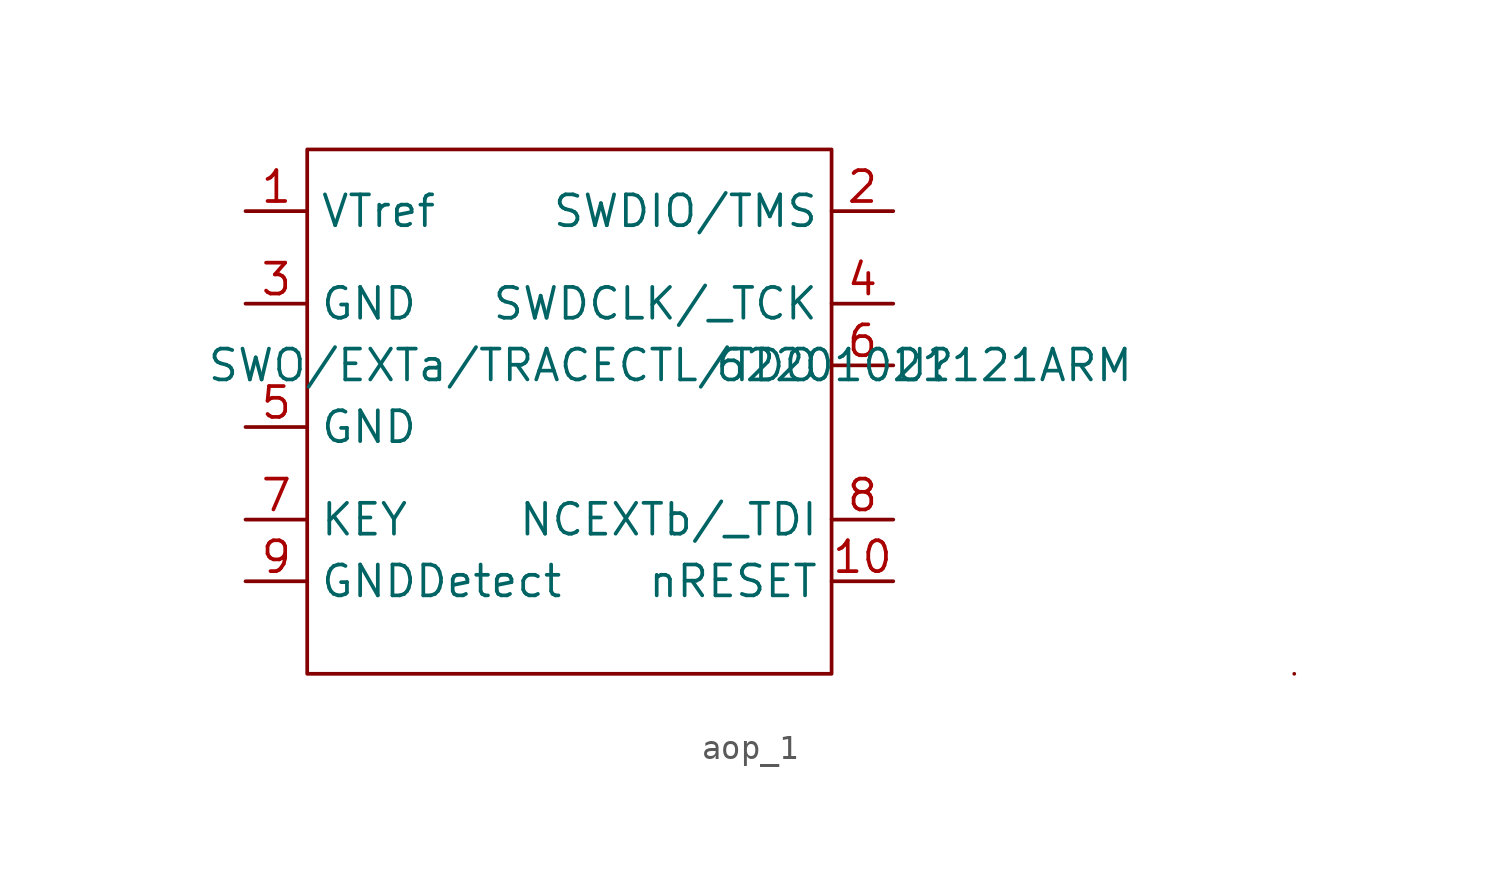
<source format=kicad_sym>
(kicad_symbol_lib
  (version 20220914)
  (generator kicad_symbol_editor)
  (symbol "aop_1"
    (property "Reference" "U"
      (at 13.97 2.54 0)
      (effects (font (size 1.27 1.27))))
    (property "Value" " 62201021121ARM"
      (at 13.97 2.54 0)
      (effects (font (size 1.27 1.27))))
    (symbol "aop_1_0_1"
      (rectangle (start -11.43 11.43) (end 10.16 -10.16) (stroke (width 0) (type default)) (fill (type none)))
      (rectangle (start 29.21 -10.16) (end 29.21 -10.16) (stroke (width 0) (type default)) (fill (type none))))
    (symbol "aop_1_1_1"
      (pin power_in line (at -13.97 8.89 0) (length 2.54) (name "VTref" (effects (font (size 1.27 1.27)))) (number "1" (effects (font (size 1.27 1.27)))))
      (pin input line (at 12.7 -6.35 180) (length 2.54) (name "nRESET" (effects (font (size 1.27 1.27)))) (number "10" (effects (font (size 1.27 1.27)))))
      (pin output line (at 12.7 8.89 180) (length 2.54) (name "SWDIO/TMS" (effects (font (size 1.27 1.27)))) (number "2" (effects (font (size 1.27 1.27)))))
      (pin power_out line (at -13.97 5.08 0) (length 2.54) (name "GND" (effects (font (size 1.27 1.27)))) (number "3" (effects (font (size 1.27 1.27)))))
      (pin output line (at 12.7 5.08 180) (length 2.54) (name "SWDCLK/_TCK" (effects (font (size 1.27 1.27)))) (number "4" (effects (font (size 1.27 1.27)))))
      (pin power_out line (at -13.97 0 0) (length 2.54) (name "GND" (effects (font (size 1.27 1.27)))) (number "5" (effects (font (size 1.27 1.27)))))
      (pin output line (at 12.7 2.54 180) (length 2.54) (name "SWO/EXTa/TRACECTL/TDO" (effects (font (size 1.27 1.27)))) (number "6" (effects (font (size 1.27 1.27)))))
      (pin input line (at -13.97 -3.81 0) (length 2.54) (name "KEY" (effects (font (size 1.27 1.27)))) (number "7" (effects (font (size 1.27 1.27)))))
      (pin output line (at 12.7 -3.81 180) (length 2.54) (name "NCEXTb/_TDI" (effects (font (size 1.27 1.27)))) (number "8" (effects (font (size 1.27 1.27)))))
      (pin power_out line (at -13.97 -6.35 0) (length 2.54) (name "GNDDetect" (effects (font (size 1.27 1.27)))) (number "9" (effects (font (size 1.27 1.27))))))))
</source>
